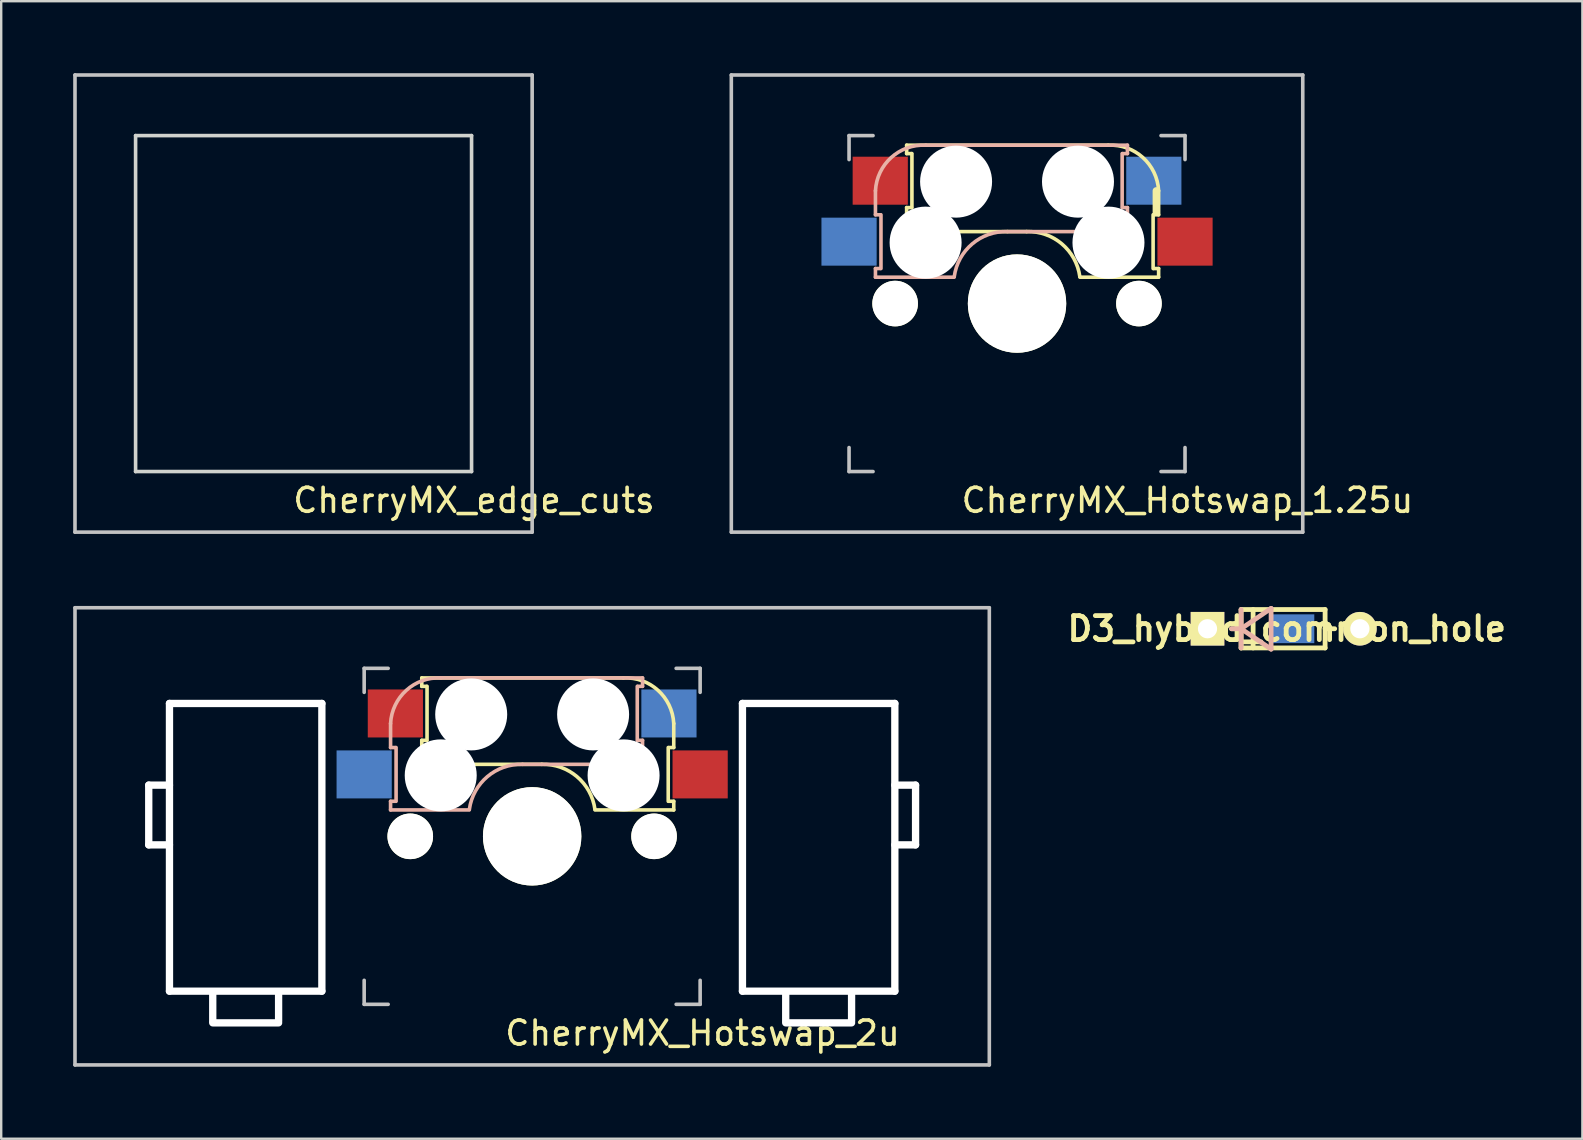
<source format=kicad_pcb>
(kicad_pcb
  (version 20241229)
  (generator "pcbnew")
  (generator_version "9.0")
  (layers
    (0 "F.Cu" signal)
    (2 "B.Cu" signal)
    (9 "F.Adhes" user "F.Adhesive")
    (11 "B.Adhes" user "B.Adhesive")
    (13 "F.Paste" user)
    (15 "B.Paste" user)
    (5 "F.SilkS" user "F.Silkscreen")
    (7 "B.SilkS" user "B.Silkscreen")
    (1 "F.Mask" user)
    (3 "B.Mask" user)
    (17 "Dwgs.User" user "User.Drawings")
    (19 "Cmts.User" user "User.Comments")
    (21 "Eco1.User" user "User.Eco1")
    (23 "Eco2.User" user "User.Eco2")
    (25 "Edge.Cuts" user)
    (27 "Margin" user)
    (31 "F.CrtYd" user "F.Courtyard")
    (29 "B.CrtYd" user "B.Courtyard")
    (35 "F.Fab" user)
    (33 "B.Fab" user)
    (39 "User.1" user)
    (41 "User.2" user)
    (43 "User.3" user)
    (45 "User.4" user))
  (footprint "CherryMX_Hotswap_1.25u"
    (layer "F.Cu")
    (at 39.33 9.6)
    (property "Reference" "CherryMX_Hotswap_1.25u" (at 7.1 8.2 0) (layer "F.SilkS") (effects (font (size 1 1) (thickness 0.15))))
    (attr through_hole)
    (fp_line (start -4.6 -6.6) (end 3.8 -6.6) (stroke (width 0.15) (type solid)) (layer "F.SilkS"))
    (fp_line (start -4.6 -6.25) (end -4.6 -6.6) (stroke (width 0.15) (type solid)) (layer "F.SilkS"))
    (fp_line (start -4.6 -4) (end -4.4 -4) (stroke (width 0.15) (type solid)) (layer "F.SilkS"))
    (fp_line (start -4.6 -3) (end -4.6 -4) (stroke (width 0.15) (type solid)) (layer "F.SilkS"))
    (fp_line (start -4.4 -6.25) (end -4.6 -6.25) (stroke (width 0.15) (type solid)) (layer "F.SilkS"))
    (fp_line (start -4.38 -4) (end -4.38 -6.25) (stroke (width 0.15) (type solid)) (layer "F.SilkS"))
    (fp_line (start 0.4 -3) (end -4.6 -3) (stroke (width 0.15) (type solid)) (layer "F.SilkS"))
    (fp_line (start 5.67 -3.7) (end 5.67 -1.46) (stroke (width 0.15) (type solid)) (layer "F.SilkS"))
    (fp_line (start 5.7 -1.46) (end 5.9 -1.46) (stroke (width 0.15) (type solid)) (layer "F.SilkS"))
    (fp_line (start 5.8 -3.8) (end 5.8 -4.7) (stroke (width 0.3) (type solid)) (layer "F.SilkS"))
    (fp_line (start 5.9 -4.7) (end 5.9 -3.7) (stroke (width 0.15) (type solid)) (layer "F.SilkS"))
    (fp_line (start 5.9 -3.7) (end 5.7 -3.7) (stroke (width 0.15) (type solid)) (layer "F.SilkS"))
    (fp_line (start 5.9 -1.1) (end 2.62 -1.1) (stroke (width 0.15) (type solid)) (layer "F.SilkS"))
    (fp_line (start 5.9 -1.1) (end 5.9 -1.46) (stroke (width 0.15) (type solid)) (layer "F.SilkS"))
    (fp_arc (start 0.4 -3) (mid 1.868709 -2.486118) (end 2.616318 -1.121471) (stroke (width 0.15) (type solid)) (layer "F.SilkS"))
    (fp_arc (start 3.8 -6.600001) (mid 5.243504 -6.084925) (end 5.900001 -4.7) (stroke (width 0.15) (type solid)) (layer "F.SilkS"))
    (fp_line (start -5.9 -4.7) (end -5.9 -3.7) (stroke (width 0.15) (type solid)) (layer "B.SilkS"))
    (fp_line (start -5.9 -3.7) (end -5.7 -3.7) (stroke (width 0.15) (type solid)) (layer "B.SilkS"))
    (fp_line (start -5.9 -1.1) (end -5.9 -1.46) (stroke (width 0.15) (type solid)) (layer "B.SilkS"))
    (fp_line (start -5.9 -1.1) (end -2.62 -1.1) (stroke (width 0.15) (type solid)) (layer "B.SilkS"))
    (fp_line (start -5.7 -1.46) (end -5.9 -1.46) (stroke (width 0.15) (type solid)) (layer "B.SilkS"))
    (fp_line (start -5.67 -3.7) (end -5.67 -1.46) (stroke (width 0.15) (type solid)) (layer "B.SilkS"))
    (fp_line (start -0.4 -3) (end 4.6 -3) (stroke (width 0.15) (type solid)) (layer "B.SilkS"))
    (fp_line (start 4.38 -4) (end 4.38 -6.25) (stroke (width 0.15) (type solid)) (layer "B.SilkS"))
    (fp_line (start 4.4 -6.25) (end 4.6 -6.25) (stroke (width 0.15) (type solid)) (layer "B.SilkS"))
    (fp_line (start 4.6 -6.6) (end -3.8 -6.6) (stroke (width 0.15) (type solid)) (layer "B.SilkS"))
    (fp_line (start 4.6 -6.25) (end 4.6 -6.6) (stroke (width 0.15) (type solid)) (layer "B.SilkS"))
    (fp_line (start 4.6 -4) (end 4.4 -4) (stroke (width 0.15) (type solid)) (layer "B.SilkS"))
    (fp_line (start 4.6 -3) (end 4.6 -4) (stroke (width 0.15) (type solid)) (layer "B.SilkS"))
    (fp_arc (start -5.9 -4.699999) (mid -5.243504 -6.084924) (end -3.800001 -6.6) (stroke (width 0.15) (type solid)) (layer "B.SilkS"))
    (fp_arc (start -2.616318 -1.121471) (mid -1.868709 -2.486118) (end -0.4 -3) (stroke (width 0.15) (type solid)) (layer "B.SilkS"))
    (fp_line (start -11.906 -9.525) (end 11.906 -9.525) (stroke (width 0.15) (type solid)) (layer "Dwgs.User"))
    (fp_line (start -11.906 9.525) (end -11.906 -9.525) (stroke (width 0.15) (type solid)) (layer "Dwgs.User"))
    (fp_line (start -7 -7) (end -6 -7) (stroke (width 0.15) (type solid)) (layer "Dwgs.User"))
    (fp_line (start -7 -6) (end -7 -7) (stroke (width 0.15) (type solid)) (layer "Dwgs.User"))
    (fp_line (start -7 6) (end -7 7) (stroke (width 0.15) (type solid)) (layer "Dwgs.User"))
    (fp_line (start -7 7) (end -6 7) (stroke (width 0.15) (type solid)) (layer "Dwgs.User"))
    (fp_line (start 6 7) (end 7 7) (stroke (width 0.15) (type solid)) (layer "Dwgs.User"))
    (fp_line (start 7 -7) (end 6 -7) (stroke (width 0.15) (type solid)) (layer "Dwgs.User"))
    (fp_line (start 7 -7) (end 7 -6) (stroke (width 0.15) (type solid)) (layer "Dwgs.User"))
    (fp_line (start 7 7) (end 7 6) (stroke (width 0.15) (type solid)) (layer "Dwgs.User"))
    (fp_line (start 11.906 -9.525) (end 11.906 9.525) (stroke (width 0.15) (type solid)) (layer "Dwgs.User"))
    (fp_line (start 11.906 9.525) (end -11.906 9.525) (stroke (width 0.15) (type solid)) (layer "Dwgs.User"))
    (pad "" np_thru_hole circle (at -5.08 0) (size 1.9 1.9) (drill 1.9) (layers "*.Cu" "*.Mask" "F.SilkS"))
    (pad "" np_thru_hole circle (at -3.81 -2.54 180) (size 3 3) (drill 3) (layers "*.Cu" "*.Mask"))
    (pad "" np_thru_hole circle (at -2.54 -5.08 180) (size 3 3) (drill 3) (layers "*.Cu" "*.Mask"))
    (pad "" np_thru_hole circle (at 0 0 90) (size 4.1 4.1) (drill 4.1) (layers "*.Cu" "*.Mask" "F.SilkS"))
    (pad "" np_thru_hole circle (at 2.54 -5.08 180) (size 3 3) (drill 3) (layers "*.Cu" "*.Mask"))
    (pad "" np_thru_hole circle (at 3.81 -2.54 180) (size 3 3) (drill 3) (layers "*.Cu" "*.Mask"))
    (pad "" np_thru_hole circle (at 5.08 0) (size 1.9 1.9) (drill 1.9) (layers "*.Cu" "*.Mask" "F.SilkS"))
    (pad "1" smd rect (at -7 -2.58 180) (size 2.3 2) (layers "B.Cu" "B.Mask" "B.Paste"))
    (pad "1" smd rect (at 7 -2.58 180) (size 2.3 2) (layers "F.Cu" "F.Mask" "F.Paste"))
    (pad "2" smd rect (at -5.7 -5.12 180) (size 2.3 2) (layers "F.Cu" "F.Mask" "F.Paste"))
    (pad "2" smd rect (at 5.7 -5.12 180) (size 2.3 2) (layers "B.Cu" "B.Mask" "B.Paste")))
  (footprint "D3_hybrid_common_hole"
    (layer "F.Cu")
    (at 47.267 23.15)
    (property "Reference" "D3_hybrid_common_hole" (at 3.302 0 0) (layer "F.SilkS") (effects (font (size 1 1) (thickness 0.2))))
    (attr through_hole)
    (fp_line (start 1.4 -0.8) (end 4.9 -0.8) (stroke (width 0.2) (type solid)) (layer "F.SilkS"))
    (fp_line (start 1.4 0) (end 1 0) (stroke (width 0.2) (type solid)) (layer "F.SilkS"))
    (fp_line (start 1.4 0.8) (end 1.4 -0.8) (stroke (width 0.2) (type solid)) (layer "F.SilkS"))
    (fp_line (start 1.9 -0.8) (end 1.9 0.8) (stroke (width 0.2) (type solid)) (layer "F.SilkS"))
    (fp_line (start 4.9 -0.8) (end 4.9 0.8) (stroke (width 0.2) (type solid)) (layer "F.SilkS"))
    (fp_line (start 4.9 0) (end 5.3 0) (stroke (width 0.2) (type solid)) (layer "F.SilkS"))
    (fp_line (start 4.9 0.8) (end 1.4 0.8) (stroke (width 0.2) (type solid)) (layer "F.SilkS"))
    (fp_line (start 1.399 -0.8) (end 1.399 0.8) (stroke (width 0.2) (type solid)) (layer "B.SilkS"))
    (fp_line (start 1.399 0) (end 0.999 0) (stroke (width 0.2) (type solid)) (layer "B.SilkS"))
    (fp_line (start 1.4 0) (end 2.65 -0.85) (stroke (width 0.2) (type solid)) (layer "B.SilkS"))
    (fp_line (start 1.4 0) (end 2.65 0.85) (stroke (width 0.2) (type solid)) (layer "B.SilkS"))
    (fp_line (start 2.65 -0.85) (end 2.65 0.85) (stroke (width 0.2) (type solid)) (layer "B.SilkS"))
    (pad "1" thru_hole rect (at 0 0) (size 1.4 1.4) (drill 0.8) (layers "*.Cu" "*.Mask" "F.SilkS"))
    (pad "2" thru_hole circle (at 6.35 0) (size 1.4 1.4) (drill 0.8) (layers "*.Cu" "*.Mask" "F.SilkS"))
    (pad "3" smd rect (at 3.55 0) (size 1.8 1.2) (layers "B.Cu" "B.Mask" "B.Paste")))
  (footprint "CherryMX_Hotswap_2u"
    (layer "F.Cu")
    (at 19.125 31.8)
    (property "Reference" "CherryMX_Hotswap_2u" (at 7.1 8.2 0) (layer "F.SilkS") (effects (font (size 1 1) (thickness 0.15))))
    (attr through_hole)
    (fp_line (start -4.6 -6.6) (end 3.8 -6.6) (stroke (width 0.15) (type solid)) (layer "F.SilkS"))
    (fp_line (start -4.6 -6.25) (end -4.6 -6.6) (stroke (width 0.15) (type solid)) (layer "F.SilkS"))
    (fp_line (start -4.6 -4) (end -4.4 -4) (stroke (width 0.15) (type solid)) (layer "F.SilkS"))
    (fp_line (start -4.6 -3) (end -4.6 -4) (stroke (width 0.15) (type solid)) (layer "F.SilkS"))
    (fp_line (start -4.4 -6.25) (end -4.6 -6.25) (stroke (width 0.15) (type solid)) (layer "F.SilkS"))
    (fp_line (start -4.38 -4) (end -4.38 -6.25) (stroke (width 0.15) (type solid)) (layer "F.SilkS"))
    (fp_line (start 0.4 -3) (end -4.6 -3) (stroke (width 0.15) (type solid)) (layer "F.SilkS"))
    (fp_line (start 5.67 -3.7) (end 5.67 -1.46) (stroke (width 0.15) (type solid)) (layer "F.SilkS"))
    (fp_line (start 5.7 -1.46) (end 5.9 -1.46) (stroke (width 0.15) (type solid)) (layer "F.SilkS"))
    (fp_line (start 5.9 -4.7) (end 5.9 -3.7) (stroke (width 0.15) (type solid)) (layer "F.SilkS"))
    (fp_line (start 5.9 -3.7) (end 5.7 -3.7) (stroke (width 0.15) (type solid)) (layer "F.SilkS"))
    (fp_line (start 5.9 -1.1) (end 2.62 -1.1) (stroke (width 0.15) (type solid)) (layer "F.SilkS"))
    (fp_line (start 5.9 -1.1) (end 5.9 -1.46) (stroke (width 0.15) (type solid)) (layer "F.SilkS"))
    (fp_arc (start 0.4 -3) (mid 1.868709 -2.486118) (end 2.616318 -1.121471) (stroke (width 0.15) (type solid)) (layer "F.SilkS"))
    (fp_arc (start 3.8 -6.600001) (mid 5.243504 -6.084925) (end 5.900001 -4.7) (stroke (width 0.15) (type solid)) (layer "F.SilkS"))
    (fp_line (start -5.9 -4.7) (end -5.9 -3.7) (stroke (width 0.15) (type solid)) (layer "B.SilkS"))
    (fp_line (start -5.9 -3.7) (end -5.7 -3.7) (stroke (width 0.15) (type solid)) (layer "B.SilkS"))
    (fp_line (start -5.9 -1.1) (end -5.9 -1.46) (stroke (width 0.15) (type solid)) (layer "B.SilkS"))
    (fp_line (start -5.9 -1.1) (end -2.62 -1.1) (stroke (width 0.15) (type solid)) (layer "B.SilkS"))
    (fp_line (start -5.7 -1.46) (end -5.9 -1.46) (stroke (width 0.15) (type solid)) (layer "B.SilkS"))
    (fp_line (start -5.67 -3.7) (end -5.67 -1.46) (stroke (width 0.15) (type solid)) (layer "B.SilkS"))
    (fp_line (start -0.4 -3) (end 4.6 -3) (stroke (width 0.15) (type solid)) (layer "B.SilkS"))
    (fp_line (start 4.38 -4) (end 4.38 -6.25) (stroke (width 0.15) (type solid)) (layer "B.SilkS"))
    (fp_line (start 4.4 -6.25) (end 4.6 -6.25) (stroke (width 0.15) (type solid)) (layer "B.SilkS"))
    (fp_line (start 4.6 -6.6) (end -3.8 -6.6) (stroke (width 0.15) (type solid)) (layer "B.SilkS"))
    (fp_line (start 4.6 -6.25) (end 4.6 -6.6) (stroke (width 0.15) (type solid)) (layer "B.SilkS"))
    (fp_line (start 4.6 -4) (end 4.4 -4) (stroke (width 0.15) (type solid)) (layer "B.SilkS"))
    (fp_line (start 4.6 -3) (end 4.6 -4) (stroke (width 0.15) (type solid)) (layer "B.SilkS"))
    (fp_arc (start -5.9 -4.699999) (mid -5.243504 -6.084924) (end -3.800001 -6.6) (stroke (width 0.15) (type solid)) (layer "B.SilkS"))
    (fp_arc (start -2.616318 -1.121471) (mid -1.868709 -2.486118) (end -0.4 -3) (stroke (width 0.15) (type solid)) (layer "B.SilkS"))
    (fp_line (start -19.05 -9.525) (end 19.05 -9.525) (stroke (width 0.15) (type solid)) (layer "Dwgs.User"))
    (fp_line (start -19.05 9.525) (end -19.05 -9.525) (stroke (width 0.15) (type solid)) (layer "Dwgs.User"))
    (fp_line (start -7 -7) (end -6 -7) (stroke (width 0.15) (type solid)) (layer "Dwgs.User"))
    (fp_line (start -7 -6) (end -7 -7) (stroke (width 0.15) (type solid)) (layer "Dwgs.User"))
    (fp_line (start -7 6) (end -7 7) (stroke (width 0.15) (type solid)) (layer "Dwgs.User"))
    (fp_line (start -7 7) (end -6 7) (stroke (width 0.15) (type solid)) (layer "Dwgs.User"))
    (fp_line (start 6 7) (end 7 7) (stroke (width 0.15) (type solid)) (layer "Dwgs.User"))
    (fp_line (start 7 -7) (end 6 -7) (stroke (width 0.15) (type solid)) (layer "Dwgs.User"))
    (fp_line (start 7 -7) (end 7 -6) (stroke (width 0.15) (type solid)) (layer "Dwgs.User"))
    (fp_line (start 7 7) (end 7 6) (stroke (width 0.15) (type solid)) (layer "Dwgs.User"))
    (fp_line (start 19.05 -9.525) (end 19.05 9.525) (stroke (width 0.15) (type solid)) (layer "Dwgs.User"))
    (fp_line (start 19.05 9.525) (end -19.05 9.525) (stroke (width 0.15) (type solid)) (layer "Dwgs.User"))
    (pad "" np_thru_hole oval (at -15.977 -0.889) (size 0.305 2.794) (drill oval 0.305 2.794) (layers "*.Cu" "*.Mask"))
    (pad "" np_thru_hole oval (at -15.545 -2.134) (size 1.168 0.305) (drill oval 1.168 0.305) (layers "*.Cu" "*.Mask"))
    (pad "" np_thru_hole oval (at -15.545 0.356) (size 1.168 0.305) (drill oval 1.168 0.305) (layers "*.Cu" "*.Mask"))
    (pad "" np_thru_hole oval (at -15.113 0.457) (size 0.305 12.294) (drill oval 0.305 12.294) (layers "*.Cu" "*.Mask"))
    (pad "" np_thru_hole oval (at -13.31 7.112) (size 0.305 1.473) (drill oval 0.305 1.473) (layers "*.Cu" "*.Mask"))
    (pad "" np_thru_hole oval (at -11.938 -5.537) (size 6.655 0.305) (drill oval 6.655 0.305) (layers "*.Cu" "*.Mask"))
    (pad "" np_thru_hole oval (at -11.938 6.452) (size 6.655 0.305) (drill oval 6.655 0.305) (layers "*.Cu" "*.Mask"))
    (pad "" np_thru_hole oval (at -11.938 7.772) (size 3.048 0.305) (drill oval 3.048 0.305) (layers "*.Cu" "*.Mask"))
    (pad "" np_thru_hole oval (at -10.566 7.112) (size 0.305 1.473) (drill oval 0.305 1.473) (layers "*.Cu" "*.Mask"))
    (pad "" np_thru_hole oval (at -8.763 0.457) (size 0.305 12.294) (drill oval 0.305 12.294) (layers "*.Cu" "*.Mask"))
    (pad "" np_thru_hole circle (at -5.08 0) (size 1.9 1.9) (drill 1.9) (layers "*.Cu" "*.Mask" "F.SilkS"))
    (pad "" np_thru_hole circle (at -3.81 -2.54 180) (size 3 3) (drill 3) (layers "*.Cu" "*.Mask"))
    (pad "" np_thru_hole circle (at -2.54 -5.08 180) (size 3 3) (drill 3) (layers "*.Cu" "*.Mask"))
    (pad "" np_thru_hole circle (at 0 0 90) (size 4.1 4.1) (drill 4.1) (layers "*.Cu" "*.Mask" "F.SilkS"))
    (pad "" np_thru_hole circle (at 2.54 -5.08 180) (size 3 3) (drill 3) (layers "*.Cu" "*.Mask"))
    (pad "" np_thru_hole circle (at 3.81 -2.54 180) (size 3 3) (drill 3) (layers "*.Cu" "*.Mask"))
    (pad "" np_thru_hole circle (at 5.08 0) (size 1.9 1.9) (drill 1.9) (layers "*.Cu" "*.Mask" "F.SilkS"))
    (pad "" np_thru_hole oval (at 8.763 0.457) (size 0.305 12.294) (drill oval 0.305 12.294) (layers "*.Cu" "*.Mask"))
    (pad "" np_thru_hole oval (at 10.566 7.112) (size 0.305 1.473) (drill oval 0.305 1.473) (layers "*.Cu" "*.Mask"))
    (pad "" np_thru_hole oval (at 11.938 -5.537) (size 6.655 0.305) (drill oval 6.655 0.305) (layers "*.Cu" "*.Mask"))
    (pad "" np_thru_hole oval (at 11.938 6.452) (size 6.655 0.305) (drill oval 6.655 0.305) (layers "*.Cu" "*.Mask"))
    (pad "" np_thru_hole oval (at 11.938 7.772) (size 3.048 0.305) (drill oval 3.048 0.305) (layers "*.Cu" "*.Mask"))
    (pad "" np_thru_hole oval (at 13.31 7.112) (size 0.305 1.473) (drill oval 0.305 1.473) (layers "*.Cu" "*.Mask"))
    (pad "" np_thru_hole oval (at 15.113 0.457) (size 0.305 12.294) (drill oval 0.305 12.294) (layers "*.Cu" "*.Mask"))
    (pad "" np_thru_hole oval (at 15.545 -2.134) (size 1.168 0.305) (drill oval 1.168 0.305) (layers "*.Cu" "*.Mask"))
    (pad "" np_thru_hole oval (at 15.545 0.356) (size 1.168 0.305) (drill oval 1.168 0.305) (layers "*.Cu" "*.Mask"))
    (pad "" np_thru_hole oval (at 15.977 -0.889) (size 0.305 2.794) (drill oval 0.305 2.794) (layers "*.Cu" "*.Mask"))
    (pad "1" smd rect (at -7 -2.58 180) (size 2.3 2) (layers "B.Cu" "B.Mask" "B.Paste"))
    (pad "1" smd rect (at 7 -2.58 180) (size 2.3 2) (layers "F.Cu" "F.Mask" "F.Paste"))
    (pad "2" smd rect (at -5.7 -5.12 180) (size 2.3 2) (layers "F.Cu" "F.Mask" "F.Paste"))
    (pad "2" smd rect (at 5.7 -5.12 180) (size 2.3 2) (layers "B.Cu" "B.Mask" "B.Paste")))
  (footprint "CherryMX_edge_cuts"
    (layer "F.Cu")
    (at 9.6 9.6)
    (property "Reference" "CherryMX_edge_cuts" (at 7.1 8.2 0) (layer "F.SilkS") (effects (font (size 1 1) (thickness 0.15))))
    (attr through_hole)
    (fp_line (start -9.525 -9.525) (end 9.525 -9.525) (stroke (width 0.15) (type solid)) (layer "Dwgs.User"))
    (fp_line (start -9.525 9.525) (end -9.525 -9.525) (stroke (width 0.15) (type solid)) (layer "Dwgs.User"))
    (fp_line (start 9.525 -9.525) (end 9.525 9.525) (stroke (width 0.15) (type solid)) (layer "Dwgs.User"))
    (fp_line (start 9.525 9.525) (end -9.525 9.525) (stroke (width 0.15) (type solid)) (layer "Dwgs.User"))
    (fp_line (start -7 -7) (end -7 7) (stroke (width 0.15) (type solid)) (layer "Edge.Cuts"))
    (fp_line (start -7 -7) (end 7 -7) (stroke (width 0.15) (type solid)) (layer "Edge.Cuts"))
    (fp_line (start -7 7) (end 7 7) (stroke (width 0.15) (type solid)) (layer "Edge.Cuts"))
    (fp_line (start 7 -7) (end 7 7) (stroke (width 0.15) (type solid)) (layer "Edge.Cuts")))
  (gr_rect
    (start -3 -3)
    (end 62.888 44.4)
    (stroke (width 0.1) (type default))
    (fill no)
    (layer "Edge.Cuts")))
</source>
